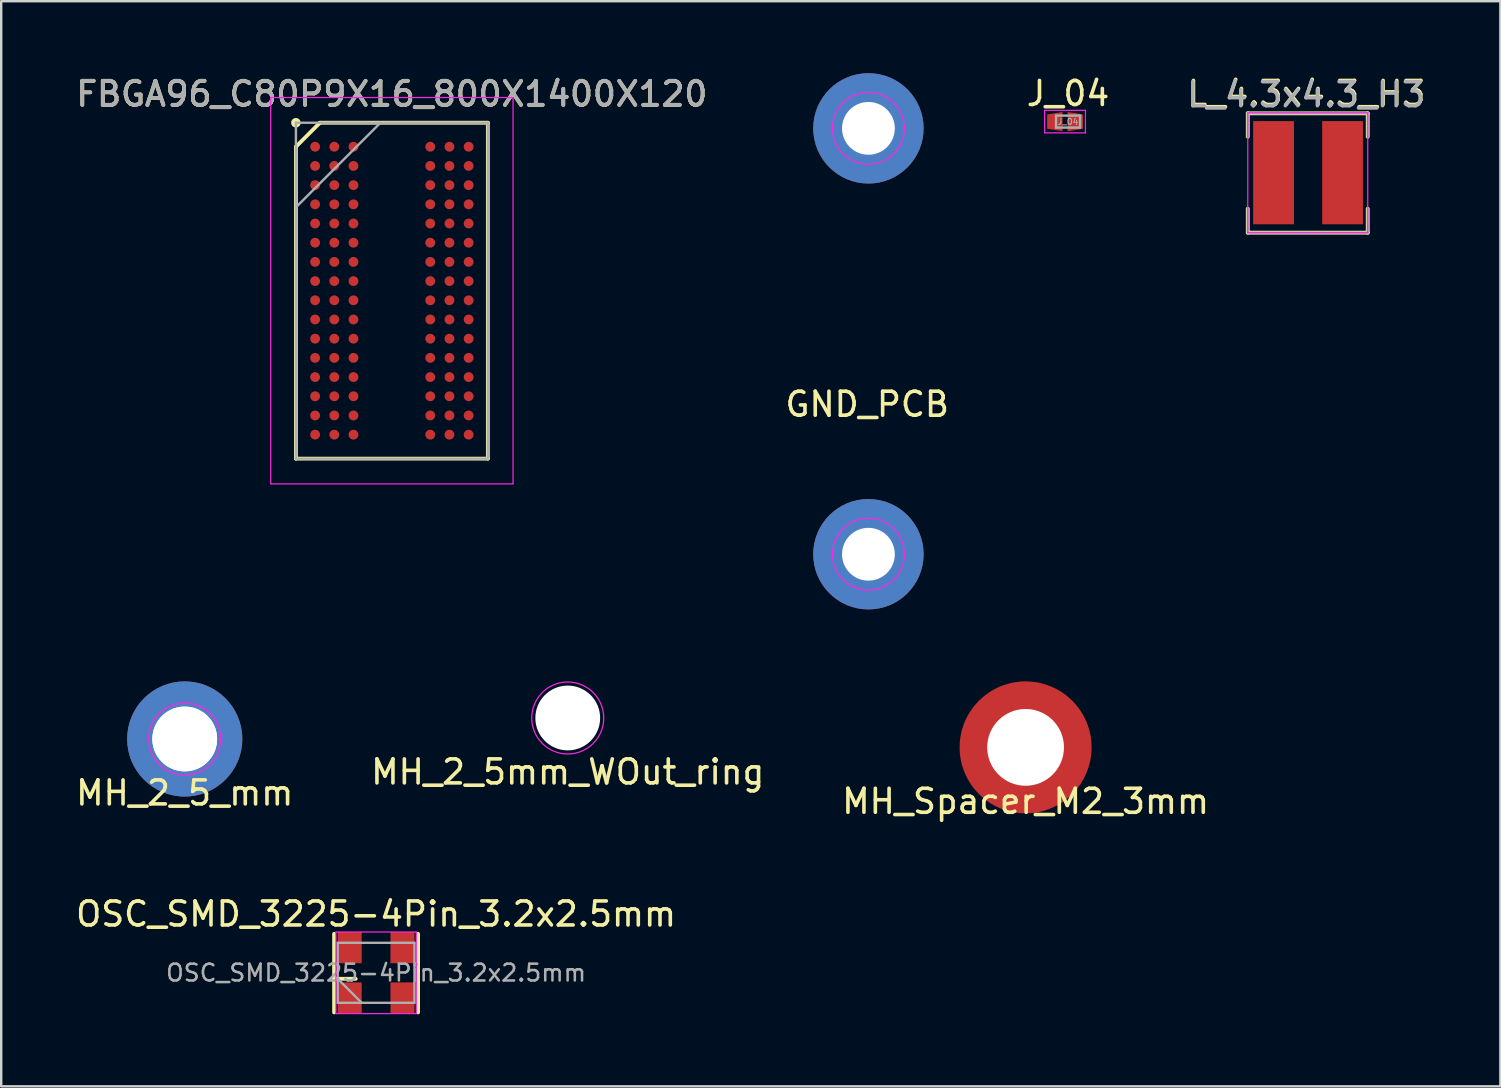
<source format=kicad_pcb>
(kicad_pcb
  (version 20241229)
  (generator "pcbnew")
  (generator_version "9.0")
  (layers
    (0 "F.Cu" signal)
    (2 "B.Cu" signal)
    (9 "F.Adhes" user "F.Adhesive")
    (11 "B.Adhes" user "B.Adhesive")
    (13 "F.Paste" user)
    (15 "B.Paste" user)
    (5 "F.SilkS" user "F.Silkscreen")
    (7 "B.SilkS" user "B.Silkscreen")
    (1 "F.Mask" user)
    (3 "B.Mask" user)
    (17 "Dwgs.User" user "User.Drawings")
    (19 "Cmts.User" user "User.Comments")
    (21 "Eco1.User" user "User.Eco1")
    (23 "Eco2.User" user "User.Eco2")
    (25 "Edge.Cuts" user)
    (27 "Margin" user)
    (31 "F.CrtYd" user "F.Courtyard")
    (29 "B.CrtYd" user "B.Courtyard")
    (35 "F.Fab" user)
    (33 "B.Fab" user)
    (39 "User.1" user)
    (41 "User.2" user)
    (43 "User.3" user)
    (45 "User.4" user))
  (footprint "MH_Spacer_M2_3mm"
    (layer "F.Cu")
    (at 39.696 28.1)
    (property "Reference" "MH_Spacer_M2_3mm" (at 0 2.25 0) (layer "F.SilkS") (effects (font (size 1 1) (thickness 0.15))))
    (attr through_hole)
    (fp_circle (center 0 0) (end 1.5 0) (stroke (width 0.05) (type solid)) (fill no) (layer "F.CrtYd"))
    (fp_circle (center 0 0) (end 0.5 0) (stroke (width 0.12) (type solid)) (fill no) (layer "F.Fab"))
    (fp_circle (center 0 0) (end 1 0) (stroke (width 0.12) (type solid)) (fill no) (layer "F.Fab"))
    (pad "" np_thru_hole circle (at 0 0 90) (size 5.5 5.5) (drill 3.2) (layers "*.Mask" "F.Cu"))
    (pad "1" smd circle (at 0 0) (size 0.8 0.8) (layers "F.Cu")))
  (footprint "MH_2_5_mm"
    (layer "F.Cu")
    (at 4.649 27.75)
    (property "Reference" "MH_2_5_mm" (at 0 2.25 0) (layer "F.SilkS") (effects (font (size 1 1) (thickness 0.15))))
    (attr through_hole)
    (fp_circle (center 0 0) (end 1.5 0) (stroke (width 0.05) (type solid)) (fill no) (layer "F.CrtYd"))
    (fp_circle (center 0 0) (end 0.5 0) (stroke (width 0.12) (type solid)) (fill no) (layer "F.Fab"))
    (fp_circle (center 0 0) (end 1 0) (stroke (width 0.12) (type solid)) (fill no) (layer "F.Fab"))
    (pad "" np_thru_hole circle (at 0 0 90) (size 4.8 4.8) (drill 2.7) (layers "*.Mask" "F.Cu"))
    (pad "" np_thru_hole circle (at 0 0 90) (size 4.8 4.8) (drill 2.7) (layers "*.Mask" "B.Cu"))
    (pad "1" smd circle (at 0 0) (size 0.8 0.8) (layers "F.Cu"))
    (pad "1" smd circle (at 0 0) (size 0.8 0.8) (layers "B.Cu")))
  (footprint "GND_PCB"
    (layer "F.Cu")
    (at 33.145 20.05)
    (property "Reference" "GND_PCB" (at -0.05 -6.25 0) (layer "F.SilkS") (effects (font (size 1 1) (thickness 0.15))))
    (attr through_hole)
    (fp_circle (center 0 -17.75) (end 1.5 -17.75) (stroke (width 0.05) (type solid)) (fill no) (layer "F.CrtYd"))
    (fp_circle (center 0 0) (end 1.5 0) (stroke (width 0.05) (type solid)) (fill no) (layer "F.CrtYd"))
    (fp_circle (center 0 -17.75) (end 0.5 -17.75) (stroke (width 0.12) (type solid)) (fill no) (layer "F.Fab"))
    (fp_circle (center 0 -17.75) (end 1 -17.75) (stroke (width 0.12) (type solid)) (fill no) (layer "F.Fab"))
    (fp_circle (center 0 0) (end 0.5 0) (stroke (width 0.12) (type solid)) (fill no) (layer "F.Fab"))
    (fp_circle (center 0 0) (end 1 0) (stroke (width 0.12) (type solid)) (fill no) (layer "F.Fab"))
    (pad "1" thru_hole circle (at 0 -17.75 90) (size 4.6 4.6) (drill 2.2) (layers "*.Cu" "*.Mask"))
    (pad "1" thru_hole circle (at 0 0 90) (size 4.6 4.6) (drill 2.2) (layers "*.Cu" "*.Mask")))
  (footprint "OSC_SMD_3225-4Pin_3.2x2.5mm"
    (layer "F.Cu")
    (at 12.625 37.496)
    (property "Reference" "OSC_SMD_3225-4Pin_3.2x2.5mm" (at 0 -2.45 0) (layer "F.SilkS") (effects (font (size 1 1) (thickness 0.15))))
    (attr smd)
    (fp_line (start -1.75 -1.625) (end -1.75 1.65) (stroke (width 0.16) (type solid)) (layer "F.SilkS"))
    (fp_line (start -1.75 0.25) (end -0.85 0.25) (stroke (width 0.16) (type solid)) (layer "F.SilkS"))
    (fp_line (start 1.75 -1.625) (end 1.75 1.65) (stroke (width 0.16) (type solid)) (layer "F.SilkS"))
    (fp_line (start -1.675 -1.7) (end -1.675 1.7) (stroke (width 0.05) (type solid)) (layer "F.CrtYd"))
    (fp_line (start -1.675 1.7) (end 1.675 1.7) (stroke (width 0.05) (type solid)) (layer "F.CrtYd"))
    (fp_line (start 1.675 -1.7) (end -1.675 -1.7) (stroke (width 0.05) (type solid)) (layer "F.CrtYd"))
    (fp_line (start 1.675 1.7) (end 1.675 -1.7) (stroke (width 0.05) (type solid)) (layer "F.CrtYd"))
    (fp_line (start -1.6 -1.25) (end -1.6 1.25) (stroke (width 0.1) (type solid)) (layer "F.Fab"))
    (fp_line (start -1.6 0.25) (end -0.6 1.25) (stroke (width 0.1) (type solid)) (layer "F.Fab"))
    (fp_line (start -1.6 1.25) (end 1.6 1.25) (stroke (width 0.1) (type solid)) (layer "F.Fab"))
    (fp_line (start 1.6 -1.25) (end -1.6 -1.25) (stroke (width 0.1) (type solid)) (layer "F.Fab"))
    (fp_line (start 1.6 1.25) (end 1.6 -1.25) (stroke (width 0.1) (type solid)) (layer "F.Fab"))
    (fp_text user "${REFERENCE}" (at 0 0 0) (layer "F.Fab") (effects (font (size 0.7 0.7) (thickness 0.105))))
    (pad "1" smd rect (at -1.1 1.05) (size 1 1.3) (layers "F.Cu" "F.Mask" "F.Paste"))
    (pad "2" smd rect (at 1.1 1.05) (size 1 1.3) (layers "F.Cu" "F.Mask" "F.Paste"))
    (pad "3" smd rect (at 1.1 -1.05) (size 1 1.3) (layers "F.Cu" "F.Mask" "F.Paste"))
    (pad "4" smd rect (at -1.1 -1.05) (size 1 1.3) (layers "F.Cu" "F.Mask" "F.Paste")))
  (footprint "L_4.3x4.3_H3"
    (layer "F.Cu")
    (at 51.456 4.148)
    (property "Reference" "L_4.3x4.3_H3" (at -0.05 -3.3 0) (layer "F.SilkS") (effects (font (size 1 1) (thickness 0.15))))
    (attr smd)
    (fp_line (start -2.5 -2.475) (end 2.5 -2.475) (stroke (width 0.16) (type solid)) (layer "F.SilkS"))
    (fp_line (start -2.5 -1.5) (end -2.5 -2.475) (stroke (width 0.16) (type solid)) (layer "F.SilkS"))
    (fp_line (start -2.5 2.5) (end -2.5 1.5) (stroke (width 0.16) (type solid)) (layer "F.SilkS"))
    (fp_line (start 2.5 -2.475) (end 2.5 -1.5) (stroke (width 0.16) (type solid)) (layer "F.SilkS"))
    (fp_line (start 2.5 1.5) (end 2.5 2.5) (stroke (width 0.16) (type solid)) (layer "F.SilkS"))
    (fp_line (start 2.5 2.5) (end -2.5 2.5) (stroke (width 0.16) (type solid)) (layer "F.SilkS"))
    (fp_line (start -2.5 -2.5) (end -2.5 2.5) (stroke (width 0.05) (type solid)) (layer "F.CrtYd"))
    (fp_line (start 2.5 -2.5) (end -2.5 -2.5) (stroke (width 0.05) (type solid)) (layer "F.CrtYd"))
    (fp_line (start 2.5 -2.5) (end 2.5 2.5) (stroke (width 0.05) (type solid)) (layer "F.CrtYd"))
    (fp_line (start 2.5 2.5) (end -2.5 2.5) (stroke (width 0.05) (type solid)) (layer "F.CrtYd"))
    (fp_line (start -2.5 -2.475) (end -2.5 -1.5) (stroke (width 0.1) (type solid)) (layer "F.Fab"))
    (fp_line (start -2.5 -2.475) (end 2.5 -2.475) (stroke (width 0.1) (type solid)) (layer "F.Fab"))
    (fp_line (start -2.5 2.5) (end -2.5 1.5) (stroke (width 0.1) (type solid)) (layer "F.Fab"))
    (fp_line (start -2.5 2.5) (end 2.5 2.5) (stroke (width 0.1) (type solid)) (layer "F.Fab"))
    (fp_line (start 2.5 -2.475) (end 2.5 -1.5) (stroke (width 0.1) (type solid)) (layer "F.Fab"))
    (fp_line (start 2.5 2.5) (end 2.5 1.5) (stroke (width 0.1) (type solid)) (layer "F.Fab"))
    (fp_text user "${REFERENCE}" (at -0.075 -3.25 0) (layer "F.Fab") (effects (font (size 1 1) (thickness 0.15))))
    (pad "1" smd rect (at -1.425 0) (size 1.7 4.3) (layers "F.Cu" "F.Mask" "F.Paste"))
    (pad "2" smd rect (at 1.45 0) (size 1.7 4.3) (layers "F.Cu" "F.Mask" "F.Paste")))
  (footprint "MH_2_5mm_WOut_ring"
    (layer "F.Cu")
    (at 20.613 26.875)
    (property "Reference" "MH_2_5mm_WOut_ring" (at 0 2.25 0) (layer "F.SilkS") (effects (font (size 1 1) (thickness 0.15))))
    (attr through_hole)
    (fp_circle (center 0 0) (end 1.5 0) (stroke (width 0.05) (type solid)) (fill no) (layer "F.CrtYd"))
    (fp_circle (center 0 0) (end 0.5 0) (stroke (width 0.12) (type solid)) (fill no) (layer "F.Fab"))
    (fp_circle (center 0 0) (end 1 0) (stroke (width 0.12) (type solid)) (fill no) (layer "F.Fab"))
    (pad "" np_thru_hole circle (at 0 0 90) (size 2.7 2.7) (drill 2.7) (layers "*.Cu" "*.Mask")))
  (footprint "FBGA96_C80P9X16_800X1400X120"
    (layer "F.Cu")
    (at 13.283 9.066)
    (property "Reference" "FBGA96_C80P9X16_800X1400X120" (at 0 -8.2 0) (layer "F.SilkS") (effects (font (size 1 1) (thickness 0.16))))
    (attr smd)
    (fp_line (start -4 -6) (end -3 -7) (stroke (width 0.16) (type solid)) (layer "F.SilkS"))
    (fp_line (start -4 7) (end -4 -6) (stroke (width 0.16) (type solid)) (layer "F.SilkS"))
    (fp_line (start -3 -7) (end 4 -7) (stroke (width 0.16) (type solid)) (layer "F.SilkS"))
    (fp_line (start 4 -7) (end 4 7) (stroke (width 0.16) (type solid)) (layer "F.SilkS"))
    (fp_line (start 4 7) (end -4 7) (stroke (width 0.16) (type solid)) (layer "F.SilkS"))
    (fp_circle (center -4 -7) (end -4 -6.9) (stroke (width 0.2) (type solid)) (fill no) (layer "F.SilkS"))
    (fp_line (start -5.05 -8.05) (end 5.05 -8.05) (stroke (width 0.05) (type solid)) (layer "F.CrtYd"))
    (fp_line (start -5.05 8.05) (end -5.05 -8.05) (stroke (width 0.05) (type solid)) (layer "F.CrtYd"))
    (fp_line (start 5.05 -8.05) (end 5.05 8.05) (stroke (width 0.05) (type solid)) (layer "F.CrtYd"))
    (fp_line (start 5.05 8.05) (end -5.05 8.05) (stroke (width 0.05) (type solid)) (layer "F.CrtYd"))
    (fp_line (start -4 -7) (end 4 -7) (stroke (width 0.1) (type solid)) (layer "F.Fab"))
    (fp_line (start -4 -3.475) (end -0.475 -7) (stroke (width 0.1) (type solid)) (layer "F.Fab"))
    (fp_line (start -4 7) (end -4 -7) (stroke (width 0.1) (type solid)) (layer "F.Fab"))
    (fp_line (start 4 -7) (end 4 7) (stroke (width 0.1) (type solid)) (layer "F.Fab"))
    (fp_line (start 4 7) (end -4 7) (stroke (width 0.1) (type solid)) (layer "F.Fab"))
    (fp_text user "${REFERENCE}" (at 0 -8.2 0) (layer "F.Fab") (effects (font (size 1 1) (thickness 0.16))))
    (pad "A1" smd circle (at -3.2 -6 90) (size 0.41 0.41) (layers "F.Cu" "F.Mask" "F.Paste"))
    (pad "A2" smd circle (at -2.4 -6 90) (size 0.41 0.41) (layers "F.Cu" "F.Mask" "F.Paste"))
    (pad "A3" smd circle (at -1.6 -6 90) (size 0.41 0.41) (layers "F.Cu" "F.Mask" "F.Paste"))
    (pad "A7" smd circle (at 1.6 -6 90) (size 0.41 0.41) (layers "F.Cu" "F.Mask" "F.Paste"))
    (pad "A8" smd circle (at 2.4 -6 90) (size 0.41 0.41) (layers "F.Cu" "F.Mask" "F.Paste"))
    (pad "A9" smd circle (at 3.2 -6 90) (size 0.41 0.41) (layers "F.Cu" "F.Mask" "F.Paste"))
    (pad "B1" smd circle (at -3.2 -5.2 90) (size 0.41 0.41) (layers "F.Cu" "F.Mask" "F.Paste"))
    (pad "B2" smd circle (at -2.4 -5.2 90) (size 0.41 0.41) (layers "F.Cu" "F.Mask" "F.Paste"))
    (pad "B3" smd circle (at -1.6 -5.2 90) (size 0.41 0.41) (layers "F.Cu" "F.Mask" "F.Paste"))
    (pad "B7" smd circle (at 1.6 -5.2 90) (size 0.41 0.41) (layers "F.Cu" "F.Mask" "F.Paste"))
    (pad "B8" smd circle (at 2.4 -5.2 90) (size 0.41 0.41) (layers "F.Cu" "F.Mask" "F.Paste"))
    (pad "B9" smd circle (at 3.2 -5.2 90) (size 0.41 0.41) (layers "F.Cu" "F.Mask" "F.Paste"))
    (pad "C1" smd circle (at -3.2 -4.4 90) (size 0.41 0.41) (layers "F.Cu" "F.Mask" "F.Paste"))
    (pad "C2" smd circle (at -2.4 -4.4 90) (size 0.41 0.41) (layers "F.Cu" "F.Mask" "F.Paste"))
    (pad "C3" smd circle (at -1.6 -4.4 90) (size 0.41 0.41) (layers "F.Cu" "F.Mask" "F.Paste"))
    (pad "C7" smd circle (at 1.6 -4.4 90) (size 0.41 0.41) (layers "F.Cu" "F.Mask" "F.Paste"))
    (pad "C8" smd circle (at 2.4 -4.4 90) (size 0.41 0.41) (layers "F.Cu" "F.Mask" "F.Paste"))
    (pad "C9" smd circle (at 3.2 -4.4 90) (size 0.41 0.41) (layers "F.Cu" "F.Mask" "F.Paste"))
    (pad "D1" smd circle (at -3.2 -3.6 90) (size 0.41 0.41) (layers "F.Cu" "F.Mask" "F.Paste"))
    (pad "D2" smd circle (at -2.4 -3.6 90) (size 0.41 0.41) (layers "F.Cu" "F.Mask" "F.Paste"))
    (pad "D3" smd circle (at -1.6 -3.6 90) (size 0.41 0.41) (layers "F.Cu" "F.Mask" "F.Paste"))
    (pad "D7" smd circle (at 1.6 -3.6 90) (size 0.41 0.41) (layers "F.Cu" "F.Mask" "F.Paste"))
    (pad "D8" smd circle (at 2.4 -3.6 90) (size 0.41 0.41) (layers "F.Cu" "F.Mask" "F.Paste"))
    (pad "D9" smd circle (at 3.2 -3.6 90) (size 0.41 0.41) (layers "F.Cu" "F.Mask" "F.Paste"))
    (pad "E1" smd circle (at -3.2 -2.8 90) (size 0.41 0.41) (layers "F.Cu" "F.Mask" "F.Paste"))
    (pad "E2" smd circle (at -2.4 -2.8 90) (size 0.41 0.41) (layers "F.Cu" "F.Mask" "F.Paste"))
    (pad "E3" smd circle (at -1.6 -2.8 90) (size 0.41 0.41) (layers "F.Cu" "F.Mask" "F.Paste"))
    (pad "E7" smd circle (at 1.6 -2.8 90) (size 0.41 0.41) (layers "F.Cu" "F.Mask" "F.Paste"))
    (pad "E8" smd circle (at 2.4 -2.8 90) (size 0.41 0.41) (layers "F.Cu" "F.Mask" "F.Paste"))
    (pad "E9" smd circle (at 3.2 -2.8 90) (size 0.41 0.41) (layers "F.Cu" "F.Mask" "F.Paste"))
    (pad "F1" smd circle (at -3.2 -2 90) (size 0.41 0.41) (layers "F.Cu" "F.Mask" "F.Paste"))
    (pad "F2" smd circle (at -2.4 -2 90) (size 0.41 0.41) (layers "F.Cu" "F.Mask" "F.Paste"))
    (pad "F3" smd circle (at -1.6 -2 90) (size 0.41 0.41) (layers "F.Cu" "F.Mask" "F.Paste"))
    (pad "F7" smd circle (at 1.6 -2 90) (size 0.41 0.41) (layers "F.Cu" "F.Mask" "F.Paste"))
    (pad "F8" smd circle (at 2.4 -2 90) (size 0.41 0.41) (layers "F.Cu" "F.Mask" "F.Paste"))
    (pad "F9" smd circle (at 3.2 -2 90) (size 0.41 0.41) (layers "F.Cu" "F.Mask" "F.Paste"))
    (pad "G1" smd circle (at -3.2 -1.2 90) (size 0.41 0.41) (layers "F.Cu" "F.Mask" "F.Paste"))
    (pad "G2" smd circle (at -2.4 -1.2 90) (size 0.41 0.41) (layers "F.Cu" "F.Mask" "F.Paste"))
    (pad "G3" smd circle (at -1.6 -1.2 90) (size 0.41 0.41) (layers "F.Cu" "F.Mask" "F.Paste"))
    (pad "G7" smd circle (at 1.6 -1.2 90) (size 0.41 0.41) (layers "F.Cu" "F.Mask" "F.Paste"))
    (pad "G8" smd circle (at 2.4 -1.2 90) (size 0.41 0.41) (layers "F.Cu" "F.Mask" "F.Paste"))
    (pad "G9" smd circle (at 3.2 -1.2 90) (size 0.41 0.41) (layers "F.Cu" "F.Mask" "F.Paste"))
    (pad "H1" smd circle (at -3.2 -0.4 90) (size 0.41 0.41) (layers "F.Cu" "F.Mask" "F.Paste"))
    (pad "H2" smd circle (at -2.4 -0.4 90) (size 0.41 0.41) (layers "F.Cu" "F.Mask" "F.Paste"))
    (pad "H3" smd circle (at -1.6 -0.4 90) (size 0.41 0.41) (layers "F.Cu" "F.Mask" "F.Paste"))
    (pad "H7" smd circle (at 1.6 -0.4 90) (size 0.41 0.41) (layers "F.Cu" "F.Mask" "F.Paste"))
    (pad "H8" smd circle (at 2.4 -0.4 90) (size 0.41 0.41) (layers "F.Cu" "F.Mask" "F.Paste"))
    (pad "H9" smd circle (at 3.2 -0.4 90) (size 0.41 0.41) (layers "F.Cu" "F.Mask" "F.Paste"))
    (pad "J1" smd circle (at -3.2 0.4 90) (size 0.41 0.41) (layers "F.Cu" "F.Mask" "F.Paste"))
    (pad "J2" smd circle (at -2.4 0.4 90) (size 0.41 0.41) (layers "F.Cu" "F.Mask" "F.Paste"))
    (pad "J3" smd circle (at -1.6 0.4 90) (size 0.41 0.41) (layers "F.Cu" "F.Mask" "F.Paste"))
    (pad "J7" smd circle (at 1.6 0.4 90) (size 0.41 0.41) (layers "F.Cu" "F.Mask" "F.Paste"))
    (pad "J8" smd circle (at 2.4 0.4 90) (size 0.41 0.41) (layers "F.Cu" "F.Mask" "F.Paste"))
    (pad "J9" smd circle (at 3.2 0.4 90) (size 0.41 0.41) (layers "F.Cu" "F.Mask" "F.Paste"))
    (pad "K1" smd circle (at -3.2 1.2 90) (size 0.41 0.41) (layers "F.Cu" "F.Mask" "F.Paste"))
    (pad "K2" smd circle (at -2.4 1.2 90) (size 0.41 0.41) (layers "F.Cu" "F.Mask" "F.Paste"))
    (pad "K3" smd circle (at -1.6 1.2 90) (size 0.41 0.41) (layers "F.Cu" "F.Mask" "F.Paste"))
    (pad "K7" smd circle (at 1.6 1.2 90) (size 0.41 0.41) (layers "F.Cu" "F.Mask" "F.Paste"))
    (pad "K8" smd circle (at 2.4 1.2 90) (size 0.41 0.41) (layers "F.Cu" "F.Mask" "F.Paste"))
    (pad "K9" smd circle (at 3.2 1.2 90) (size 0.41 0.41) (layers "F.Cu" "F.Mask" "F.Paste"))
    (pad "L1" smd circle (at -3.2 2 90) (size 0.41 0.41) (layers "F.Cu" "F.Mask" "F.Paste"))
    (pad "L2" smd circle (at -2.4 2 90) (size 0.41 0.41) (layers "F.Cu" "F.Mask" "F.Paste"))
    (pad "L3" smd circle (at -1.6 2 90) (size 0.41 0.41) (layers "F.Cu" "F.Mask" "F.Paste"))
    (pad "L7" smd circle (at 1.6 2 90) (size 0.41 0.41) (layers "F.Cu" "F.Mask" "F.Paste"))
    (pad "L8" smd circle (at 2.4 2 90) (size 0.41 0.41) (layers "F.Cu" "F.Mask" "F.Paste"))
    (pad "L9" smd circle (at 3.2 2 90) (size 0.41 0.41) (layers "F.Cu" "F.Mask" "F.Paste"))
    (pad "M1" smd circle (at -3.2 2.8 90) (size 0.41 0.41) (layers "F.Cu" "F.Mask" "F.Paste"))
    (pad "M2" smd circle (at -2.4 2.8 90) (size 0.41 0.41) (layers "F.Cu" "F.Mask" "F.Paste"))
    (pad "M3" smd circle (at -1.6 2.8 90) (size 0.41 0.41) (layers "F.Cu" "F.Mask" "F.Paste"))
    (pad "M7" smd circle (at 1.6 2.8 90) (size 0.41 0.41) (layers "F.Cu" "F.Mask" "F.Paste"))
    (pad "M8" smd circle (at 2.4 2.8 90) (size 0.41 0.41) (layers "F.Cu" "F.Mask" "F.Paste"))
    (pad "M9" smd circle (at 3.2 2.8 90) (size 0.41 0.41) (layers "F.Cu" "F.Mask" "F.Paste"))
    (pad "N1" smd circle (at -3.2 3.6 90) (size 0.41 0.41) (layers "F.Cu" "F.Mask" "F.Paste"))
    (pad "N2" smd circle (at -2.4 3.6 90) (size 0.41 0.41) (layers "F.Cu" "F.Mask" "F.Paste"))
    (pad "N3" smd circle (at -1.6 3.6 90) (size 0.41 0.41) (layers "F.Cu" "F.Mask" "F.Paste"))
    (pad "N7" smd circle (at 1.6 3.6 90) (size 0.41 0.41) (layers "F.Cu" "F.Mask" "F.Paste"))
    (pad "N8" smd circle (at 2.4 3.6 90) (size 0.41 0.41) (layers "F.Cu" "F.Mask" "F.Paste"))
    (pad "N9" smd circle (at 3.2 3.6 90) (size 0.41 0.41) (layers "F.Cu" "F.Mask" "F.Paste"))
    (pad "P1" smd circle (at -3.2 4.4 90) (size 0.41 0.41) (layers "F.Cu" "F.Mask" "F.Paste"))
    (pad "P2" smd circle (at -2.4 4.4 90) (size 0.41 0.41) (layers "F.Cu" "F.Mask" "F.Paste"))
    (pad "P3" smd circle (at -1.6 4.4 90) (size 0.41 0.41) (layers "F.Cu" "F.Mask" "F.Paste"))
    (pad "P7" smd circle (at 1.6 4.4 90) (size 0.41 0.41) (layers "F.Cu" "F.Mask" "F.Paste"))
    (pad "P8" smd circle (at 2.4 4.4 90) (size 0.41 0.41) (layers "F.Cu" "F.Mask" "F.Paste"))
    (pad "P9" smd circle (at 3.2 4.4 90) (size 0.41 0.41) (layers "F.Cu" "F.Mask" "F.Paste"))
    (pad "R1" smd circle (at -3.2 5.2 90) (size 0.41 0.41) (layers "F.Cu" "F.Mask" "F.Paste"))
    (pad "R2" smd circle (at -2.4 5.2 90) (size 0.41 0.41) (layers "F.Cu" "F.Mask" "F.Paste"))
    (pad "R3" smd circle (at -1.6 5.2 90) (size 0.41 0.41) (layers "F.Cu" "F.Mask" "F.Paste"))
    (pad "R7" smd circle (at 1.6 5.2 90) (size 0.41 0.41) (layers "F.Cu" "F.Mask" "F.Paste"))
    (pad "R8" smd circle (at 2.4 5.2 90) (size 0.41 0.41) (layers "F.Cu" "F.Mask" "F.Paste"))
    (pad "R9" smd circle (at 3.2 5.2 90) (size 0.41 0.41) (layers "F.Cu" "F.Mask" "F.Paste"))
    (pad "T1" smd circle (at -3.2 6 90) (size 0.41 0.41) (layers "F.Cu" "F.Mask" "F.Paste"))
    (pad "T2" smd circle (at -2.4 6 90) (size 0.41 0.41) (layers "F.Cu" "F.Mask" "F.Paste"))
    (pad "T3" smd circle (at -1.6 6 90) (size 0.41 0.41) (layers "F.Cu" "F.Mask" "F.Paste"))
    (pad "T7" smd circle (at 1.6 6 90) (size 0.41 0.41) (layers "F.Cu" "F.Mask" "F.Paste"))
    (pad "T8" smd circle (at 2.4 6 90) (size 0.41 0.41) (layers "F.Cu" "F.Mask" "F.Paste"))
    (pad "T9" smd circle (at 3.2 6 90) (size 0.41 0.41) (layers "F.Cu" "F.Mask" "F.Paste")))
  (footprint "J_04"
    (layer "F.Cu")
    (at 41.465 2.018)
    (property "Reference" "J_04" (at 0 -1.17 0) (layer "F.SilkS") (effects (font (size 1 1) (thickness 0.15))))
    (attr smd)
    (fp_line (start -0.975 -0.47) (end 0.725 -0.47) (stroke (width 0.05) (type solid)) (layer "F.CrtYd"))
    (fp_line (start -0.975 0.47) (end -0.975 -0.47) (stroke (width 0.05) (type solid)) (layer "F.CrtYd"))
    (fp_line (start 0.725 -0.47) (end 0.725 0.47) (stroke (width 0.05) (type solid)) (layer "F.CrtYd"))
    (fp_line (start 0.725 0.47) (end -0.975 0.47) (stroke (width 0.05) (type solid)) (layer "F.CrtYd"))
    (fp_line (start -0.5 -0.25) (end 0.5 -0.25) (stroke (width 0.1) (type solid)) (layer "F.Fab"))
    (fp_line (start -0.5 0.25) (end -0.5 -0.25) (stroke (width 0.1) (type solid)) (layer "F.Fab"))
    (fp_line (start 0.5 -0.25) (end 0.5 0.25) (stroke (width 0.1) (type solid)) (layer "F.Fab"))
    (fp_line (start 0.5 0.25) (end -0.5 0.25) (stroke (width 0.1) (type solid)) (layer "F.Fab"))
    (fp_text user "${REFERENCE}" (at 0 0 0) (layer "F.Fab") (effects (font (size 0.25 0.25) (thickness 0.04))))
    (pad "1" smd trapezoid (at -0.55 0 90) (size 0.7 0.64) (rect_delta 0 0.1) (layers "F.Cu" "F.Mask" "F.Paste"))
    (pad "2" smd trapezoid (at 0.3 0 270) (size 0.7 0.64) (rect_delta 0 0.1) (layers "F.Cu" "F.Mask" "F.Paste")))
  (gr_rect
    (start -3 -3)
    (end 59.484 42.227)
    (stroke (width 0.1) (type default))
    (fill no)
    (layer "Edge.Cuts")))
</source>
